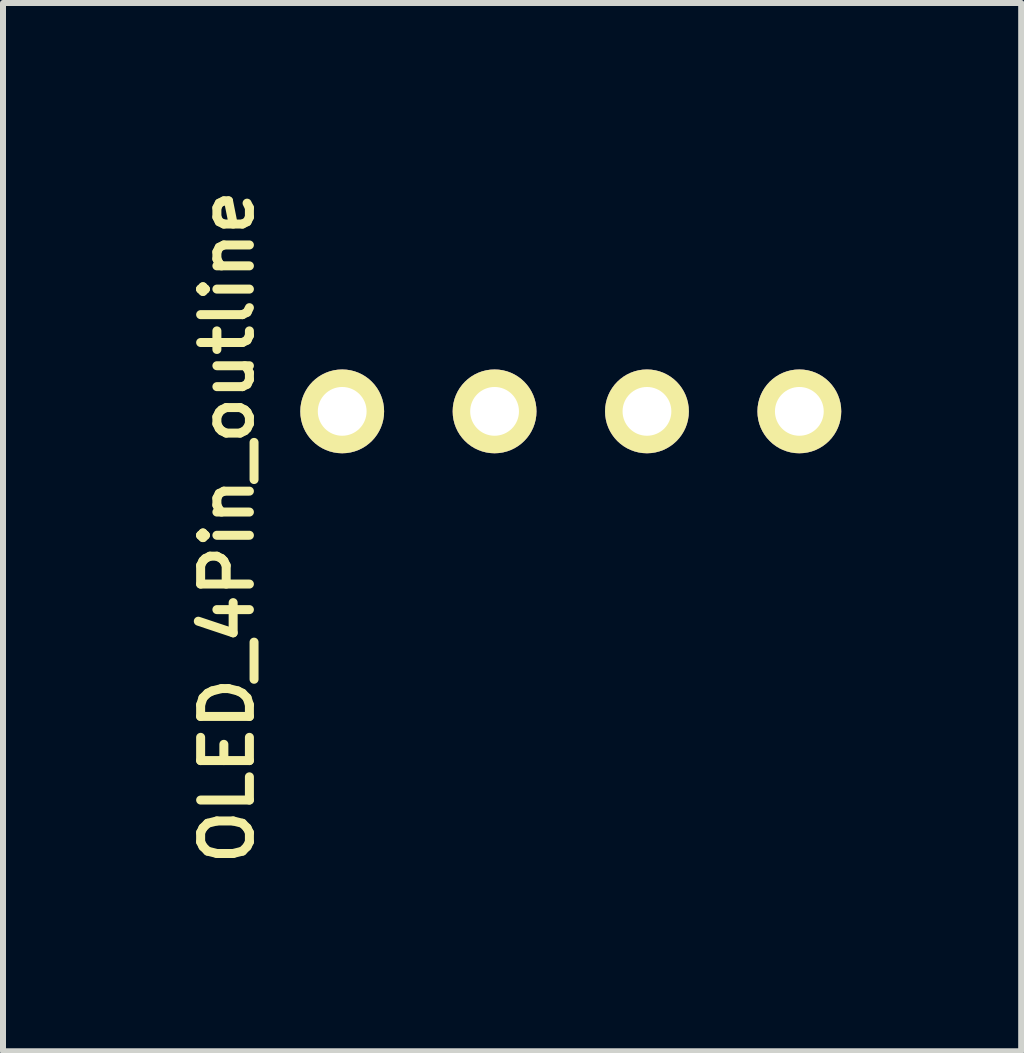
<source format=kicad_pcb>
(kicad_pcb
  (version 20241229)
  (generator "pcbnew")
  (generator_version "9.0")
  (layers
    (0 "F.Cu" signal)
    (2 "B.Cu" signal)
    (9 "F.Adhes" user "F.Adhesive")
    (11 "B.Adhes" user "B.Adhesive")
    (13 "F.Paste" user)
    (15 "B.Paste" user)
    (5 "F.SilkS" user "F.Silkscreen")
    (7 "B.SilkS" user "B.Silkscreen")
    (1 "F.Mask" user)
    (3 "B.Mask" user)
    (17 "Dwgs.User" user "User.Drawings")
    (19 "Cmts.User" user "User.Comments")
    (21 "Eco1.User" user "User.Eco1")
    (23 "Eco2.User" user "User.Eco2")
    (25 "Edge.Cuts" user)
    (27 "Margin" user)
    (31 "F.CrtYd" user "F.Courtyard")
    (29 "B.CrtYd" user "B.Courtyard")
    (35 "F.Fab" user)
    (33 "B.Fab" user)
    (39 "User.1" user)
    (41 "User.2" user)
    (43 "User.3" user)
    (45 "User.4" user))
  (footprint "OLED_4Pin_outline"
    (layer "F.Cu")
    (at 2.654 3.807)
    (property "Reference" "OLED_4Pin_outline" (at -1.915 1.93 270) (layer "F.SilkS") (effects (font (size 0.813 0.813) (thickness 0.15))))
    (attr through_hole)
    (pad "1" thru_hole circle (at 0 0) (size 1.397 1.397) (drill 0.813) (layers "*.Cu" "*.Mask" "F.SilkS"))
    (pad "2" thru_hole circle (at 2.54 0) (size 1.397 1.397) (drill 0.813) (layers "*.Cu" "*.Mask" "F.SilkS"))
    (pad "3" thru_hole circle (at 5.08 0) (size 1.397 1.397) (drill 0.813) (layers "*.Cu" "*.Mask" "F.SilkS"))
    (pad "4" thru_hole circle (at 7.62 0) (size 1.397 1.397) (drill 0.813) (layers "*.Cu" "*.Mask" "F.SilkS")))
  (gr_rect
    (start -3 -3)
    (end 13.972 14.473)
    (stroke (width 0.1) (type default))
    (fill no)
    (layer "Edge.Cuts")))
</source>
